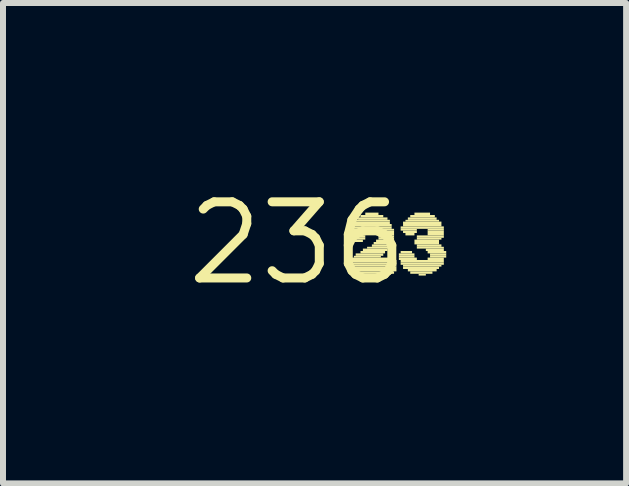
<source format=kicad_pcb>
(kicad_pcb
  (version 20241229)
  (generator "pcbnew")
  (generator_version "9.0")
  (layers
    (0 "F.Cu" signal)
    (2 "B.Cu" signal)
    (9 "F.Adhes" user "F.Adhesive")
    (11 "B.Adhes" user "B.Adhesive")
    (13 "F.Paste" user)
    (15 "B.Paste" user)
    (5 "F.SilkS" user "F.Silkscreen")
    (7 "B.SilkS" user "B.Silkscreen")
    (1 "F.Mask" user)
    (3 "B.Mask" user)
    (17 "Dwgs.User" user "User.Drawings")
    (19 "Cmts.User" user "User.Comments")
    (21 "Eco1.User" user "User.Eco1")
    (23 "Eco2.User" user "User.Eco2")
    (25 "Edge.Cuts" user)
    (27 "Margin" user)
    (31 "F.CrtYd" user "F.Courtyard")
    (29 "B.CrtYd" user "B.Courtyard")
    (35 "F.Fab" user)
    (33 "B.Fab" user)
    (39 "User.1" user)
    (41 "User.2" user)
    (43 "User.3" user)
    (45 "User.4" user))
  (footprint "236"
    (layer "F.Cu")
    (at 1.912 1.006)
    (property "Reference" "236" (at 0 0 0) (layer "F.SilkS") (effects (font (size 1.27 1.27) (thickness 0.15))))
    (fp_poly (pts (xy 0.86 -0.17) (xy 1.13 -0.17) (xy 1.13 -0.21) (xy 0.86 -0.21)) (stroke (width 0) (type default)) (fill yes) (layer "F.SilkS"))
    (fp_poly (pts (xy 0.86 -0.13) (xy 1.13 -0.13) (xy 1.13 -0.17) (xy 0.86 -0.17)) (stroke (width 0) (type default)) (fill yes) (layer "F.SilkS"))
    (fp_poly (pts (xy 0.86 -0.09) (xy 1.13 -0.09) (xy 1.13 -0.13) (xy 0.86 -0.13)) (stroke (width 0) (type default)) (fill yes) (layer "F.SilkS"))
    (fp_poly (pts (xy 0.86 -0.06) (xy 1.13 -0.06) (xy 1.13 -0.09) (xy 0.86 -0.09)) (stroke (width 0) (type default)) (fill yes) (layer "F.SilkS"))
    (fp_poly (pts (xy 0.86 0.36) (xy 1.65 0.36) (xy 1.65 0.32) (xy 0.86 0.32)) (stroke (width 0) (type default)) (fill yes) (layer "F.SilkS"))
    (fp_poly (pts (xy 0.86 0.39) (xy 1.65 0.39) (xy 1.65 0.36) (xy 0.86 0.36)) (stroke (width 0) (type default)) (fill yes) (layer "F.SilkS"))
    (fp_poly (pts (xy 0.86 0.43) (xy 1.65 0.43) (xy 1.65 0.39) (xy 0.86 0.39)) (stroke (width 0) (type default)) (fill yes) (layer "F.SilkS"))
    (fp_poly (pts (xy 0.9 -0.28) (xy 1.57 -0.28) (xy 1.57 -0.32) (xy 0.9 -0.32)) (stroke (width 0) (type default)) (fill yes) (layer "F.SilkS"))
    (fp_poly (pts (xy 0.9 -0.24) (xy 1.57 -0.24) (xy 1.57 -0.28) (xy 0.9 -0.28)) (stroke (width 0) (type default)) (fill yes) (layer "F.SilkS"))
    (fp_poly (pts (xy 0.9 -0.21) (xy 1.16 -0.21) (xy 1.16 -0.24) (xy 0.9 -0.24)) (stroke (width 0) (type default)) (fill yes) (layer "F.SilkS"))
    (fp_poly (pts (xy 0.9 -0.02) (xy 1.09 -0.02) (xy 1.09 -0.06) (xy 0.9 -0.06)) (stroke (width 0) (type default)) (fill yes) (layer "F.SilkS"))
    (fp_poly (pts (xy 0.9 0.28) (xy 1.54 0.28) (xy 1.54 0.24) (xy 0.9 0.24)) (stroke (width 0) (type default)) (fill yes) (layer "F.SilkS"))
    (fp_poly (pts (xy 0.9 0.32) (xy 1.65 0.32) (xy 1.65 0.28) (xy 0.9 0.28)) (stroke (width 0) (type default)) (fill yes) (layer "F.SilkS"))
    (fp_poly (pts (xy 0.9 0.47) (xy 1.65 0.47) (xy 1.65 0.43) (xy 0.9 0.43)) (stroke (width 0) (type default)) (fill yes) (layer "F.SilkS"))
    (fp_poly (pts (xy 0.94 -0.32) (xy 1.54 -0.32) (xy 1.54 -0.36) (xy 0.94 -0.36)) (stroke (width 0) (type default)) (fill yes) (layer "F.SilkS"))
    (fp_poly (pts (xy 0.94 0.24) (xy 1.39 0.24) (xy 1.39 0.21) (xy 0.94 0.21)) (stroke (width 0) (type default)) (fill yes) (layer "F.SilkS"))
    (fp_poly (pts (xy 0.94 0.51) (xy 1.61 0.51) (xy 1.61 0.47) (xy 0.94 0.47)) (stroke (width 0) (type default)) (fill yes) (layer "F.SilkS"))
    (fp_poly (pts (xy 0.97 -0.36) (xy 1.54 -0.36) (xy 1.54 -0.39) (xy 0.97 -0.39)) (stroke (width 0) (type default)) (fill yes) (layer "F.SilkS"))
    (fp_poly (pts (xy 0.97 0.21) (xy 1.43 0.21) (xy 1.43 0.17) (xy 0.97 0.17)) (stroke (width 0) (type default)) (fill yes) (layer "F.SilkS"))
    (fp_poly (pts (xy 1.01 -0.39) (xy 1.5 -0.39) (xy 1.5 -0.43) (xy 1.01 -0.43)) (stroke (width 0) (type default)) (fill yes) (layer "F.SilkS"))
    (fp_poly (pts (xy 1.05 -0.43) (xy 1.43 -0.43) (xy 1.43 -0.47) (xy 1.05 -0.47)) (stroke (width 0) (type default)) (fill yes) (layer "F.SilkS"))
    (fp_poly (pts (xy 1.05 0.17) (xy 1.46 0.17) (xy 1.46 0.13) (xy 1.05 0.13)) (stroke (width 0) (type default)) (fill yes) (layer "F.SilkS"))
    (fp_poly (pts (xy 1.09 0.13) (xy 1.5 0.13) (xy 1.5 0.09) (xy 1.09 0.09)) (stroke (width 0) (type default)) (fill yes) (layer "F.SilkS"))
    (fp_poly (pts (xy 1.13 -0.47) (xy 1.35 -0.47) (xy 1.35 -0.51) (xy 1.13 -0.51)) (stroke (width 0) (type default)) (fill yes) (layer "F.SilkS"))
    (fp_poly (pts (xy 1.16 0.09) (xy 1.54 0.09) (xy 1.54 0.06) (xy 1.16 0.06)) (stroke (width 0) (type default)) (fill yes) (layer "F.SilkS"))
    (fp_poly (pts (xy 1.24 0.06) (xy 1.57 0.06) (xy 1.57 0.02) (xy 1.24 0.02)) (stroke (width 0) (type default)) (fill yes) (layer "F.SilkS"))
    (fp_poly (pts (xy 1.27 0.02) (xy 1.57 0.02) (xy 1.57 -0.02) (xy 1.27 -0.02)) (stroke (width 0) (type default)) (fill yes) (layer "F.SilkS"))
    (fp_poly (pts (xy 1.31 -0.21) (xy 1.61 -0.21) (xy 1.61 -0.24) (xy 1.31 -0.24)) (stroke (width 0) (type default)) (fill yes) (layer "F.SilkS"))
    (fp_poly (pts (xy 1.31 -0.02) (xy 1.61 -0.02) (xy 1.61 -0.06) (xy 1.31 -0.06)) (stroke (width 0) (type default)) (fill yes) (layer "F.SilkS"))
    (fp_poly (pts (xy 1.35 -0.17) (xy 1.61 -0.17) (xy 1.61 -0.21) (xy 1.35 -0.21)) (stroke (width 0) (type default)) (fill yes) (layer "F.SilkS"))
    (fp_poly (pts (xy 1.35 -0.13) (xy 1.61 -0.13) (xy 1.61 -0.17) (xy 1.35 -0.17)) (stroke (width 0) (type default)) (fill yes) (layer "F.SilkS"))
    (fp_poly (pts (xy 1.35 -0.09) (xy 1.61 -0.09) (xy 1.61 -0.13) (xy 1.35 -0.13)) (stroke (width 0) (type default)) (fill yes) (layer "F.SilkS"))
    (fp_poly (pts (xy 1.35 -0.06) (xy 1.61 -0.06) (xy 1.61 -0.09) (xy 1.35 -0.09)) (stroke (width 0) (type default)) (fill yes) (layer "F.SilkS"))
    (fp_poly (pts (xy 1.69 0.21) (xy 1.95 0.21) (xy 1.95 0.17) (xy 1.69 0.17)) (stroke (width 0) (type default)) (fill yes) (layer "F.SilkS"))
    (fp_poly (pts (xy 1.69 0.24) (xy 1.95 0.24) (xy 1.95 0.21) (xy 1.69 0.21)) (stroke (width 0) (type default)) (fill yes) (layer "F.SilkS"))
    (fp_poly (pts (xy 1.69 0.28) (xy 1.99 0.28) (xy 1.99 0.24) (xy 1.69 0.24)) (stroke (width 0) (type default)) (fill yes) (layer "F.SilkS"))
    (fp_poly (pts (xy 1.72 -0.24) (xy 2.44 -0.24) (xy 2.44 -0.28) (xy 1.72 -0.28)) (stroke (width 0) (type default)) (fill yes) (layer "F.SilkS"))
    (fp_poly (pts (xy 1.72 -0.21) (xy 1.99 -0.21) (xy 1.99 -0.24) (xy 1.72 -0.24)) (stroke (width 0) (type default)) (fill yes) (layer "F.SilkS"))
    (fp_poly (pts (xy 1.72 0.17) (xy 1.91 0.17) (xy 1.91 0.13) (xy 1.72 0.13)) (stroke (width 0) (type default)) (fill yes) (layer "F.SilkS"))
    (fp_poly (pts (xy 1.72 0.32) (xy 2.44 0.32) (xy 2.44 0.28) (xy 1.72 0.28)) (stroke (width 0) (type default)) (fill yes) (layer "F.SilkS"))
    (fp_poly (pts (xy 1.72 0.36) (xy 2.44 0.36) (xy 2.44 0.32) (xy 1.72 0.32)) (stroke (width 0) (type default)) (fill yes) (layer "F.SilkS"))
    (fp_poly (pts (xy 1.76 -0.32) (xy 2.4 -0.32) (xy 2.4 -0.36) (xy 1.76 -0.36)) (stroke (width 0) (type default)) (fill yes) (layer "F.SilkS"))
    (fp_poly (pts (xy 1.76 -0.28) (xy 2.4 -0.28) (xy 2.4 -0.32) (xy 1.76 -0.32)) (stroke (width 0) (type default)) (fill yes) (layer "F.SilkS"))
    (fp_poly (pts (xy 1.76 -0.17) (xy 1.99 -0.17) (xy 1.99 -0.21) (xy 1.76 -0.21)) (stroke (width 0) (type default)) (fill yes) (layer "F.SilkS"))
    (fp_poly (pts (xy 1.76 0.39) (xy 2.4 0.39) (xy 2.4 0.36) (xy 1.76 0.36)) (stroke (width 0) (type default)) (fill yes) (layer "F.SilkS"))
    (fp_poly (pts (xy 1.76 0.43) (xy 2.36 0.43) (xy 2.36 0.39) (xy 1.76 0.39)) (stroke (width 0) (type default)) (fill yes) (layer "F.SilkS"))
    (fp_poly (pts (xy 1.8 -0.36) (xy 2.36 -0.36) (xy 2.36 -0.39) (xy 1.8 -0.39)) (stroke (width 0) (type default)) (fill yes) (layer "F.SilkS"))
    (fp_poly (pts (xy 1.8 -0.13) (xy 1.95 -0.13) (xy 1.95 -0.17) (xy 1.8 -0.17)) (stroke (width 0) (type default)) (fill yes) (layer "F.SilkS"))
    (fp_poly (pts (xy 1.84 -0.39) (xy 2.32 -0.39) (xy 2.32 -0.43) (xy 1.84 -0.43)) (stroke (width 0) (type default)) (fill yes) (layer "F.SilkS"))
    (fp_poly (pts (xy 1.84 0.47) (xy 2.32 0.47) (xy 2.32 0.43) (xy 1.84 0.43)) (stroke (width 0) (type default)) (fill yes) (layer "F.SilkS"))
    (fp_poly (pts (xy 1.88 -0.43) (xy 2.29 -0.43) (xy 2.29 -0.47) (xy 1.88 -0.47)) (stroke (width 0) (type default)) (fill yes) (layer "F.SilkS"))
    (fp_poly (pts (xy 1.88 0.51) (xy 2.25 0.51) (xy 2.25 0.47) (xy 1.88 0.47)) (stroke (width 0) (type default)) (fill yes) (layer "F.SilkS"))
    (fp_poly (pts (xy 1.95 -0.47) (xy 2.21 -0.47) (xy 2.21 -0.51) (xy 1.95 -0.51)) (stroke (width 0) (type default)) (fill yes) (layer "F.SilkS"))
    (fp_poly (pts (xy 1.95 -0.02) (xy 2.36 -0.02) (xy 2.36 -0.06) (xy 1.95 -0.06)) (stroke (width 0) (type default)) (fill yes) (layer "F.SilkS"))
    (fp_poly (pts (xy 1.95 0.02) (xy 2.36 0.02) (xy 2.36 -0.02) (xy 1.95 -0.02)) (stroke (width 0) (type default)) (fill yes) (layer "F.SilkS"))
    (fp_poly (pts (xy 1.99 -0.09) (xy 2.44 -0.09) (xy 2.44 -0.13) (xy 1.99 -0.13)) (stroke (width 0) (type default)) (fill yes) (layer "F.SilkS"))
    (fp_poly (pts (xy 1.99 -0.06) (xy 2.4 -0.06) (xy 2.4 -0.09) (xy 1.99 -0.09)) (stroke (width 0) (type default)) (fill yes) (layer "F.SilkS"))
    (fp_poly (pts (xy 1.99 0.06) (xy 2.4 0.06) (xy 2.4 0.02) (xy 1.99 0.02)) (stroke (width 0) (type default)) (fill yes) (layer "F.SilkS"))
    (fp_poly (pts (xy 1.99 0.09) (xy 2.44 0.09) (xy 2.44 0.06) (xy 1.99 0.06)) (stroke (width 0) (type default)) (fill yes) (layer "F.SilkS"))
    (fp_poly (pts (xy 2.02 0.54) (xy 2.14 0.54) (xy 2.14 0.51) (xy 2.02 0.51)) (stroke (width 0) (type default)) (fill yes) (layer "F.SilkS"))
    (fp_poly (pts (xy 2.14 0.13) (xy 2.44 0.13) (xy 2.44 0.09) (xy 2.14 0.09)) (stroke (width 0) (type default)) (fill yes) (layer "F.SilkS"))
    (fp_poly (pts (xy 2.17 -0.21) (xy 2.44 -0.21) (xy 2.44 -0.24) (xy 2.17 -0.24)) (stroke (width 0) (type default)) (fill yes) (layer "F.SilkS"))
    (fp_poly (pts (xy 2.17 -0.17) (xy 2.44 -0.17) (xy 2.44 -0.21) (xy 2.17 -0.21)) (stroke (width 0) (type default)) (fill yes) (layer "F.SilkS"))
    (fp_poly (pts (xy 2.17 -0.13) (xy 2.44 -0.13) (xy 2.44 -0.17) (xy 2.17 -0.17)) (stroke (width 0) (type default)) (fill yes) (layer "F.SilkS"))
    (fp_poly (pts (xy 2.17 0.17) (xy 2.48 0.17) (xy 2.48 0.13) (xy 2.17 0.13)) (stroke (width 0) (type default)) (fill yes) (layer "F.SilkS"))
    (fp_poly (pts (xy 2.17 0.28) (xy 2.44 0.28) (xy 2.44 0.24) (xy 2.17 0.24)) (stroke (width 0) (type default)) (fill yes) (layer "F.SilkS"))
    (fp_poly (pts (xy 2.21 0.21) (xy 2.48 0.21) (xy 2.48 0.17) (xy 2.21 0.17)) (stroke (width 0) (type default)) (fill yes) (layer "F.SilkS"))
    (fp_poly (pts (xy 2.21 0.24) (xy 2.48 0.24) (xy 2.48 0.21) (xy 2.21 0.21)) (stroke (width 0) (type default)) (fill yes) (layer "F.SilkS")))
  (gr_rect
    (start -3 -3)
    (end 7.392 5.012)
    (stroke (width 0.1) (type default))
    (fill no)
    (layer "Edge.Cuts")))
</source>
